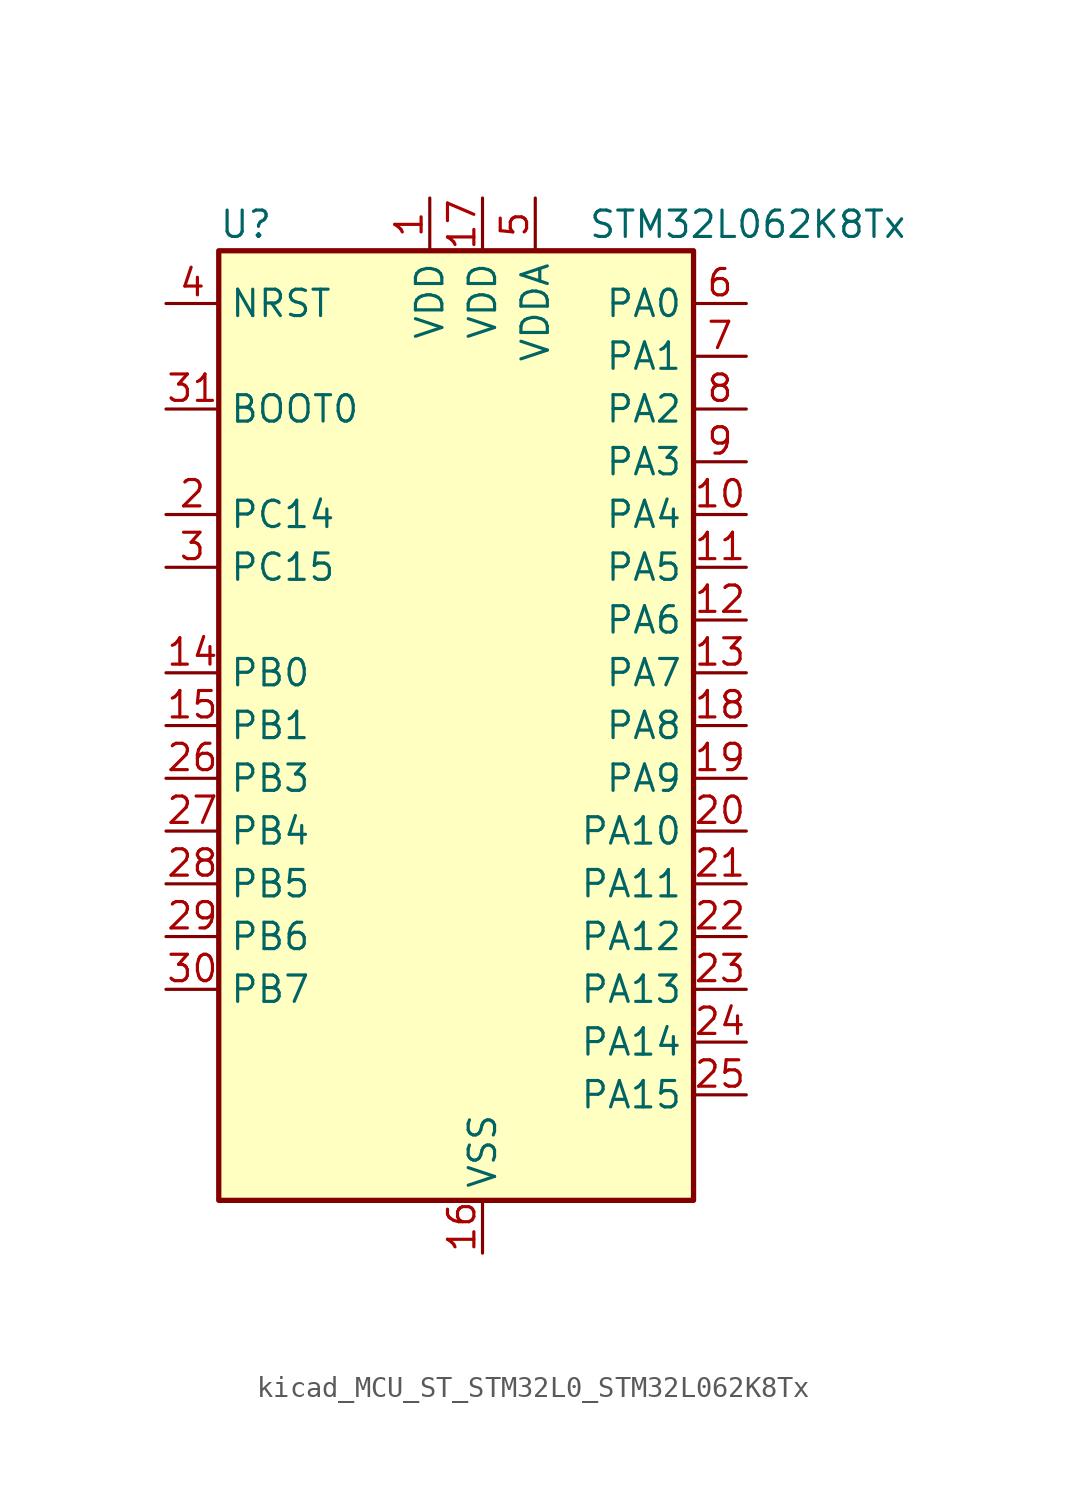
<source format=kicad_sym>
(kicad_symbol_lib
  (version 20220914)
  (generator kicad_symbol_editor)
  (symbol "kicad_MCU_ST_STM32L0_STM32L062K8Tx"
    (property "Reference" "U"
      (at -10.16 24.13 0)
      (effects (font (size 1.27 1.27)) (justify left)))
    (property "Value" "STM32L062K8Tx"
      (at 7.62 24.13 0)
      (effects (font (size 1.27 1.27)) (justify left)))
    (property "ki_locked" ""
      (at 0 0 0)
      (effects (font (size 1.27 1.27))))
    (symbol "kicad_MCU_ST_STM32L0_STM32L062K8Tx_0_1"
      (rectangle (start -10.16 -22.86) (end 12.7 22.86) (stroke (width 0.254) (type default)) (fill (type background))))
    (symbol "kicad_MCU_ST_STM32L0_STM32L062K8Tx_1_1"
      (pin power_in line (at 0 25.4 270) (length 2.54) (name "VDD" (effects (font (size 1.27 1.27)))) (number "1" (effects (font (size 1.27 1.27)))))
      (pin bidirectional line (at 15.24 10.16 180) (length 2.54) (name "PA4" (effects (font (size 1.27 1.27)))) (number "10" (effects (font (size 1.27 1.27)))) (alternate "ADC_IN4" bidirectional line) (alternate "COMP1_INM" bidirectional line) (alternate "COMP2_INM" bidirectional line) (alternate "DAC_OUT1" bidirectional line) (alternate "SPI1_NSS" bidirectional line) (alternate "TIM22_ETR" bidirectional line) (alternate "TSC_G2_IO1" bidirectional line) (alternate "USART2_CK" bidirectional line))
      (pin bidirectional line (at 15.24 7.62 180) (length 2.54) (name "PA5" (effects (font (size 1.27 1.27)))) (number "11" (effects (font (size 1.27 1.27)))) (alternate "ADC_IN5" bidirectional line) (alternate "COMP1_INM" bidirectional line) (alternate "COMP2_INM" bidirectional line) (alternate "SPI1_SCK" bidirectional line) (alternate "TIM2_CH1" bidirectional line) (alternate "TIM2_ETR" bidirectional line) (alternate "TSC_G2_IO2" bidirectional line))
      (pin bidirectional line (at 15.24 5.08 180) (length 2.54) (name "PA6" (effects (font (size 1.27 1.27)))) (number "12" (effects (font (size 1.27 1.27)))) (alternate "ADC_IN6" bidirectional line) (alternate "COMP1_OUT" bidirectional line) (alternate "SPI1_MISO" bidirectional line) (alternate "TIM22_CH1" bidirectional line) (alternate "TSC_G2_IO3" bidirectional line))
      (pin bidirectional line (at 15.24 2.54 180) (length 2.54) (name "PA7" (effects (font (size 1.27 1.27)))) (number "13" (effects (font (size 1.27 1.27)))) (alternate "ADC_IN7" bidirectional line) (alternate "COMP2_OUT" bidirectional line) (alternate "SPI1_MOSI" bidirectional line) (alternate "TIM22_CH2" bidirectional line) (alternate "TSC_G2_IO4" bidirectional line))
      (pin bidirectional line (at -12.7 2.54 0) (length 2.54) (name "PB0" (effects (font (size 1.27 1.27)))) (number "14" (effects (font (size 1.27 1.27)))) (alternate "ADC_IN8" bidirectional line) (alternate "SYS_VREF_OUT_PB0" bidirectional line) (alternate "TSC_G3_IO2" bidirectional line))
      (pin bidirectional line (at -12.7 0 0) (length 2.54) (name "PB1" (effects (font (size 1.27 1.27)))) (number "15" (effects (font (size 1.27 1.27)))) (alternate "ADC_IN9" bidirectional line) (alternate "SYS_VREF_OUT_PB1" bidirectional line) (alternate "TSC_G3_IO3" bidirectional line))
      (pin power_in line (at 2.54 -25.4 90) (length 2.54) (name "VSS" (effects (font (size 1.27 1.27)))) (number "16" (effects (font (size 1.27 1.27)))))
      (pin power_in line (at 2.54 25.4 270) (length 2.54) (name "VDD" (effects (font (size 1.27 1.27)))) (number "17" (effects (font (size 1.27 1.27)))))
      (pin bidirectional line (at 15.24 0 180) (length 2.54) (name "PA8" (effects (font (size 1.27 1.27)))) (number "18" (effects (font (size 1.27 1.27)))) (alternate "CRS_SYNC" bidirectional line) (alternate "RCC_MCO" bidirectional line) (alternate "USART1_CK" bidirectional line))
      (pin bidirectional line (at 15.24 -2.54 180) (length 2.54) (name "PA9" (effects (font (size 1.27 1.27)))) (number "19" (effects (font (size 1.27 1.27)))) (alternate "DAC_EXTI9" bidirectional line) (alternate "RCC_MCO" bidirectional line) (alternate "TSC_G4_IO1" bidirectional line) (alternate "USART1_TX" bidirectional line))
      (pin bidirectional line (at -12.7 10.16 0) (length 2.54) (name "PC14" (effects (font (size 1.27 1.27)))) (number "2" (effects (font (size 1.27 1.27)))) (alternate "RCC_OSC32_IN" bidirectional line))
      (pin bidirectional line (at 15.24 -5.08 180) (length 2.54) (name "PA10" (effects (font (size 1.27 1.27)))) (number "20" (effects (font (size 1.27 1.27)))) (alternate "TSC_G4_IO2" bidirectional line) (alternate "USART1_RX" bidirectional line))
      (pin bidirectional line (at 15.24 -7.62 180) (length 2.54) (name "PA11" (effects (font (size 1.27 1.27)))) (number "21" (effects (font (size 1.27 1.27)))) (alternate "ADC_EXTI11" bidirectional line) (alternate "COMP1_OUT" bidirectional line) (alternate "SPI1_MISO" bidirectional line) (alternate "TSC_G4_IO3" bidirectional line) (alternate "USART1_CTS" bidirectional line) (alternate "USB_DM" bidirectional line))
      (pin bidirectional line (at 15.24 -10.16 180) (length 2.54) (name "PA12" (effects (font (size 1.27 1.27)))) (number "22" (effects (font (size 1.27 1.27)))) (alternate "COMP2_OUT" bidirectional line) (alternate "SPI1_MOSI" bidirectional line) (alternate "TSC_G4_IO4" bidirectional line) (alternate "USART1_DE" bidirectional line) (alternate "USART1_RTS" bidirectional line) (alternate "USB_DP" bidirectional line))
      (pin bidirectional line (at 15.24 -12.7 180) (length 2.54) (name "PA13" (effects (font (size 1.27 1.27)))) (number "23" (effects (font (size 1.27 1.27)))) (alternate "SYS_SWDIO" bidirectional line) (alternate "USB_NOE" bidirectional line))
      (pin bidirectional line (at 15.24 -15.24 180) (length 2.54) (name "PA14" (effects (font (size 1.27 1.27)))) (number "24" (effects (font (size 1.27 1.27)))) (alternate "SYS_SWCLK" bidirectional line) (alternate "USART2_TX" bidirectional line))
      (pin bidirectional line (at 15.24 -17.78 180) (length 2.54) (name "PA15" (effects (font (size 1.27 1.27)))) (number "25" (effects (font (size 1.27 1.27)))) (alternate "SPI1_NSS" bidirectional line) (alternate "TIM2_CH1" bidirectional line) (alternate "TIM2_ETR" bidirectional line) (alternate "USART2_RX" bidirectional line))
      (pin bidirectional line (at -12.7 -2.54 0) (length 2.54) (name "PB3" (effects (font (size 1.27 1.27)))) (number "26" (effects (font (size 1.27 1.27)))) (alternate "COMP2_INM" bidirectional line) (alternate "SPI1_SCK" bidirectional line) (alternate "TIM2_CH2" bidirectional line) (alternate "TSC_G5_IO1" bidirectional line))
      (pin bidirectional line (at -12.7 -5.08 0) (length 2.54) (name "PB4" (effects (font (size 1.27 1.27)))) (number "27" (effects (font (size 1.27 1.27)))) (alternate "COMP2_INP" bidirectional line) (alternate "SPI1_MISO" bidirectional line) (alternate "TIM22_CH1" bidirectional line) (alternate "TSC_G5_IO2" bidirectional line))
      (pin bidirectional line (at -12.7 -7.62 0) (length 2.54) (name "PB5" (effects (font (size 1.27 1.27)))) (number "28" (effects (font (size 1.27 1.27)))) (alternate "COMP2_INP" bidirectional line) (alternate "I2C1_SMBA" bidirectional line) (alternate "LPTIM1_IN1" bidirectional line) (alternate "SPI1_MOSI" bidirectional line) (alternate "TIM22_CH2" bidirectional line))
      (pin bidirectional line (at -12.7 -10.16 0) (length 2.54) (name "PB6" (effects (font (size 1.27 1.27)))) (number "29" (effects (font (size 1.27 1.27)))) (alternate "COMP2_INP" bidirectional line) (alternate "I2C1_SCL" bidirectional line) (alternate "LPTIM1_ETR" bidirectional line) (alternate "TSC_G5_IO3" bidirectional line) (alternate "USART1_TX" bidirectional line))
      (pin bidirectional line (at -12.7 7.62 0) (length 2.54) (name "PC15" (effects (font (size 1.27 1.27)))) (number "3" (effects (font (size 1.27 1.27)))) (alternate "RCC_OSC32_OUT" bidirectional line))
      (pin bidirectional line (at -12.7 -12.7 0) (length 2.54) (name "PB7" (effects (font (size 1.27 1.27)))) (number "30" (effects (font (size 1.27 1.27)))) (alternate "COMP2_INP" bidirectional line) (alternate "I2C1_SDA" bidirectional line) (alternate "LPTIM1_IN2" bidirectional line) (alternate "SYS_PVD_IN" bidirectional line) (alternate "TSC_G5_IO4" bidirectional line) (alternate "USART1_RX" bidirectional line))
      (pin input line (at -12.7 15.24 0) (length 2.54) (name "BOOT0" (effects (font (size 1.27 1.27)))) (number "31" (effects (font (size 1.27 1.27)))))
      (pin passive line (at 2.54 -25.4 90) (length 2.54) hide (name "VSS" (effects (font (size 1.27 1.27)))) (number "32" (effects (font (size 1.27 1.27)))))
      (pin input line (at -12.7 20.32 0) (length 2.54) (name "NRST" (effects (font (size 1.27 1.27)))) (number "4" (effects (font (size 1.27 1.27)))))
      (pin power_in line (at 5.08 25.4 270) (length 2.54) (name "VDDA" (effects (font (size 1.27 1.27)))) (number "5" (effects (font (size 1.27 1.27)))))
      (pin bidirectional line (at 15.24 20.32 180) (length 2.54) (name "PA0" (effects (font (size 1.27 1.27)))) (number "6" (effects (font (size 1.27 1.27)))) (alternate "ADC_IN0" bidirectional line) (alternate "COMP1_INM" bidirectional line) (alternate "COMP1_OUT" bidirectional line) (alternate "RTC_TAMP2" bidirectional line) (alternate "SYS_WKUP1" bidirectional line) (alternate "TIM2_CH1" bidirectional line) (alternate "TIM2_ETR" bidirectional line) (alternate "TSC_G1_IO1" bidirectional line) (alternate "USART2_CTS" bidirectional line))
      (pin bidirectional line (at 15.24 17.78 180) (length 2.54) (name "PA1" (effects (font (size 1.27 1.27)))) (number "7" (effects (font (size 1.27 1.27)))) (alternate "ADC_IN1" bidirectional line) (alternate "COMP1_INP" bidirectional line) (alternate "TIM21_ETR" bidirectional line) (alternate "TIM2_CH2" bidirectional line) (alternate "TSC_G1_IO2" bidirectional line) (alternate "USART2_DE" bidirectional line) (alternate "USART2_RTS" bidirectional line))
      (pin bidirectional line (at 15.24 15.24 180) (length 2.54) (name "PA2" (effects (font (size 1.27 1.27)))) (number "8" (effects (font (size 1.27 1.27)))) (alternate "ADC_IN2" bidirectional line) (alternate "COMP2_INM" bidirectional line) (alternate "COMP2_OUT" bidirectional line) (alternate "TIM21_CH1" bidirectional line) (alternate "TIM2_CH3" bidirectional line) (alternate "TSC_G1_IO3" bidirectional line) (alternate "USART2_TX" bidirectional line))
      (pin bidirectional line (at 15.24 12.7 180) (length 2.54) (name "PA3" (effects (font (size 1.27 1.27)))) (number "9" (effects (font (size 1.27 1.27)))) (alternate "ADC_IN3" bidirectional line) (alternate "COMP2_INP" bidirectional line) (alternate "TIM21_CH2" bidirectional line) (alternate "TIM2_CH4" bidirectional line) (alternate "TSC_G1_IO4" bidirectional line) (alternate "USART2_RX" bidirectional line)))))
</source>
